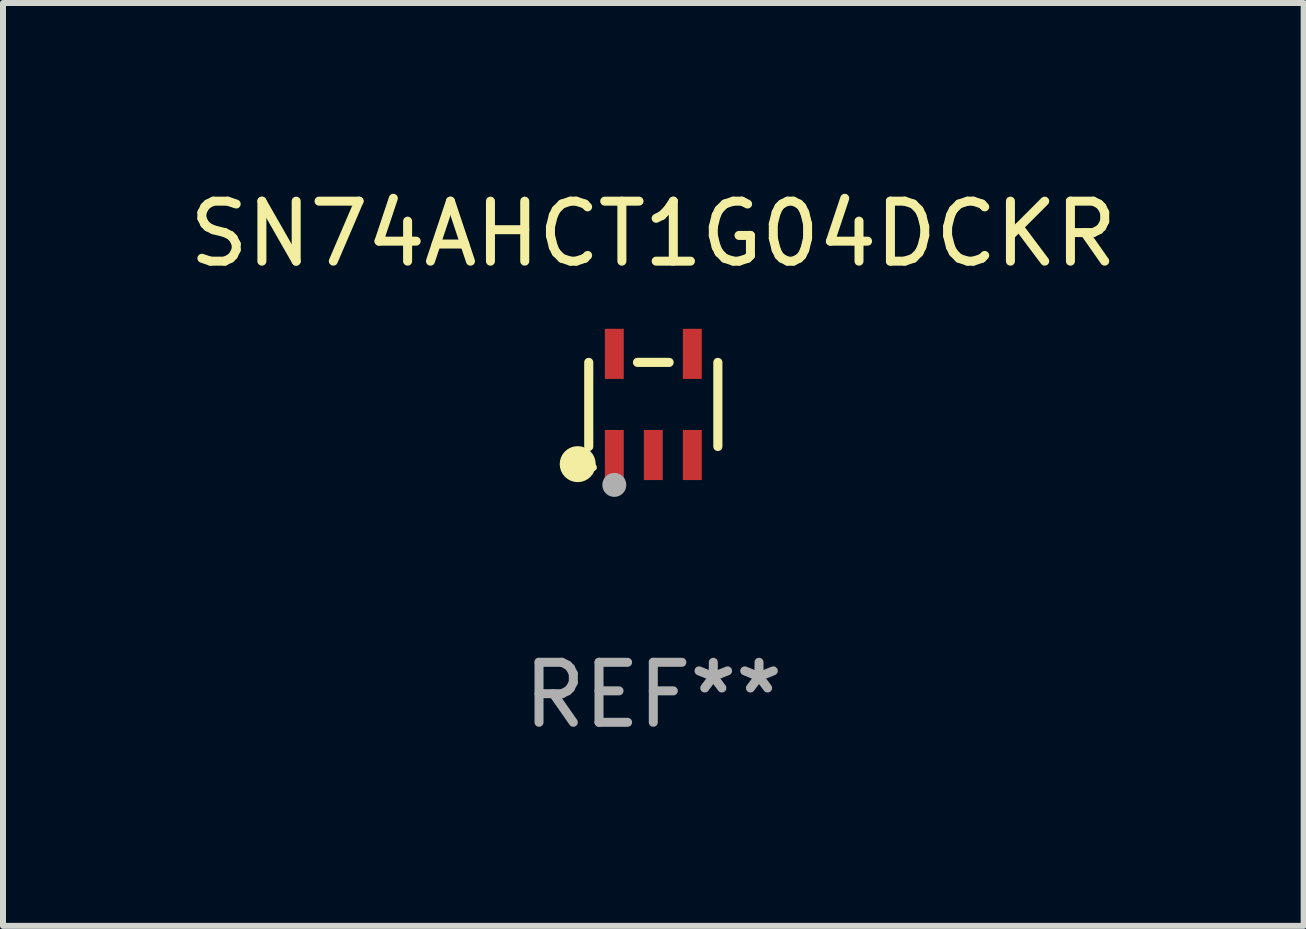
<source format=kicad_pcb>
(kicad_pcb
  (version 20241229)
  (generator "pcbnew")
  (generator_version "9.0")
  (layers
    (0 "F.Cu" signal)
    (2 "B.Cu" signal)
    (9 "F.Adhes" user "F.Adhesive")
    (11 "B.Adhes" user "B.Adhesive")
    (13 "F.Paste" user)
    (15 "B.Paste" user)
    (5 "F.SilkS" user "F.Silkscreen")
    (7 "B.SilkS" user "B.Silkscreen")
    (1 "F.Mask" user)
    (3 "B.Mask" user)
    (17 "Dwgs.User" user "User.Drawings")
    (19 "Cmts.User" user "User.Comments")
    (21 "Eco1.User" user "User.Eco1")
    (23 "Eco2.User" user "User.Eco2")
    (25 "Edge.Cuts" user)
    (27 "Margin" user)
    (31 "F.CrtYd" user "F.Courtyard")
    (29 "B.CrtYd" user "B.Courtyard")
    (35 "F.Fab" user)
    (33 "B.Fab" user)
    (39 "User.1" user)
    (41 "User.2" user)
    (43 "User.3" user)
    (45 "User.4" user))
  (footprint "SN74AHCT1G04DCKR"
    (layer "F.Cu")
    (at 7.839 3.691)
    (property "Reference" "SN74AHCT1G04DCKR" (at 0 -2.843 0) (layer "F.SilkS") (effects (font (size 1 1) (thickness 0.15))))
    (attr through_hole)
    (fp_line (start -1.076 0.701) (end -1.076 -0.701) (stroke (width 0.152) (type solid)) (layer "F.SilkS"))
    (fp_line (start 0.264 -0.701) (end -0.264 -0.701) (stroke (width 0.152) (type solid)) (layer "F.SilkS"))
    (fp_line (start 1.076 0.701) (end 1.076 -0.701) (stroke (width 0.152) (type solid)) (layer "F.SilkS"))
    (fp_circle (center -1.26 0.995) (end -1.11 0.995) (stroke (width 0.3) (type solid)) (fill no) (layer "F.SilkS"))
    (fp_circle (center -1 1.05) (end -0.97 1.05) (stroke (width 0.06) (type solid)) (fill no) (layer "F.SilkS"))
    (fp_circle (center -0.65 1.341) (end -0.55 1.341) (stroke (width 0.2) (type solid)) (fill no) (layer "F.Fab"))
    (fp_text user "REF**" (at 0 4.843 0) (layer "F.Fab") (effects (font (size 1 1) (thickness 0.15))))
    (pad "1" smd rect (at -0.65 0.843) (size 0.315 0.835) (layers "F.Cu" "F.Mask" "F.Paste"))
    (pad "2" smd rect (at 0.00014 0.843) (size 0.315 0.835) (layers "F.Cu" "F.Mask" "F.Paste"))
    (pad "3" smd rect (at 0.65 0.843) (size 0.315 0.835) (layers "F.Cu" "F.Mask" "F.Paste"))
    (pad "4" smd rect (at 0.65 -0.843) (size 0.315 0.835) (layers "F.Cu" "F.Mask" "F.Paste"))
    (pad "5" smd rect (at -0.65 -0.843) (size 0.315 0.835) (layers "F.Cu" "F.Mask" "F.Paste")))
  (gr_rect
    (start -3 -3)
    (end 18.679 12.382)
    (stroke (width 0.1) (type default))
    (fill no)
    (layer "Edge.Cuts")))
</source>
